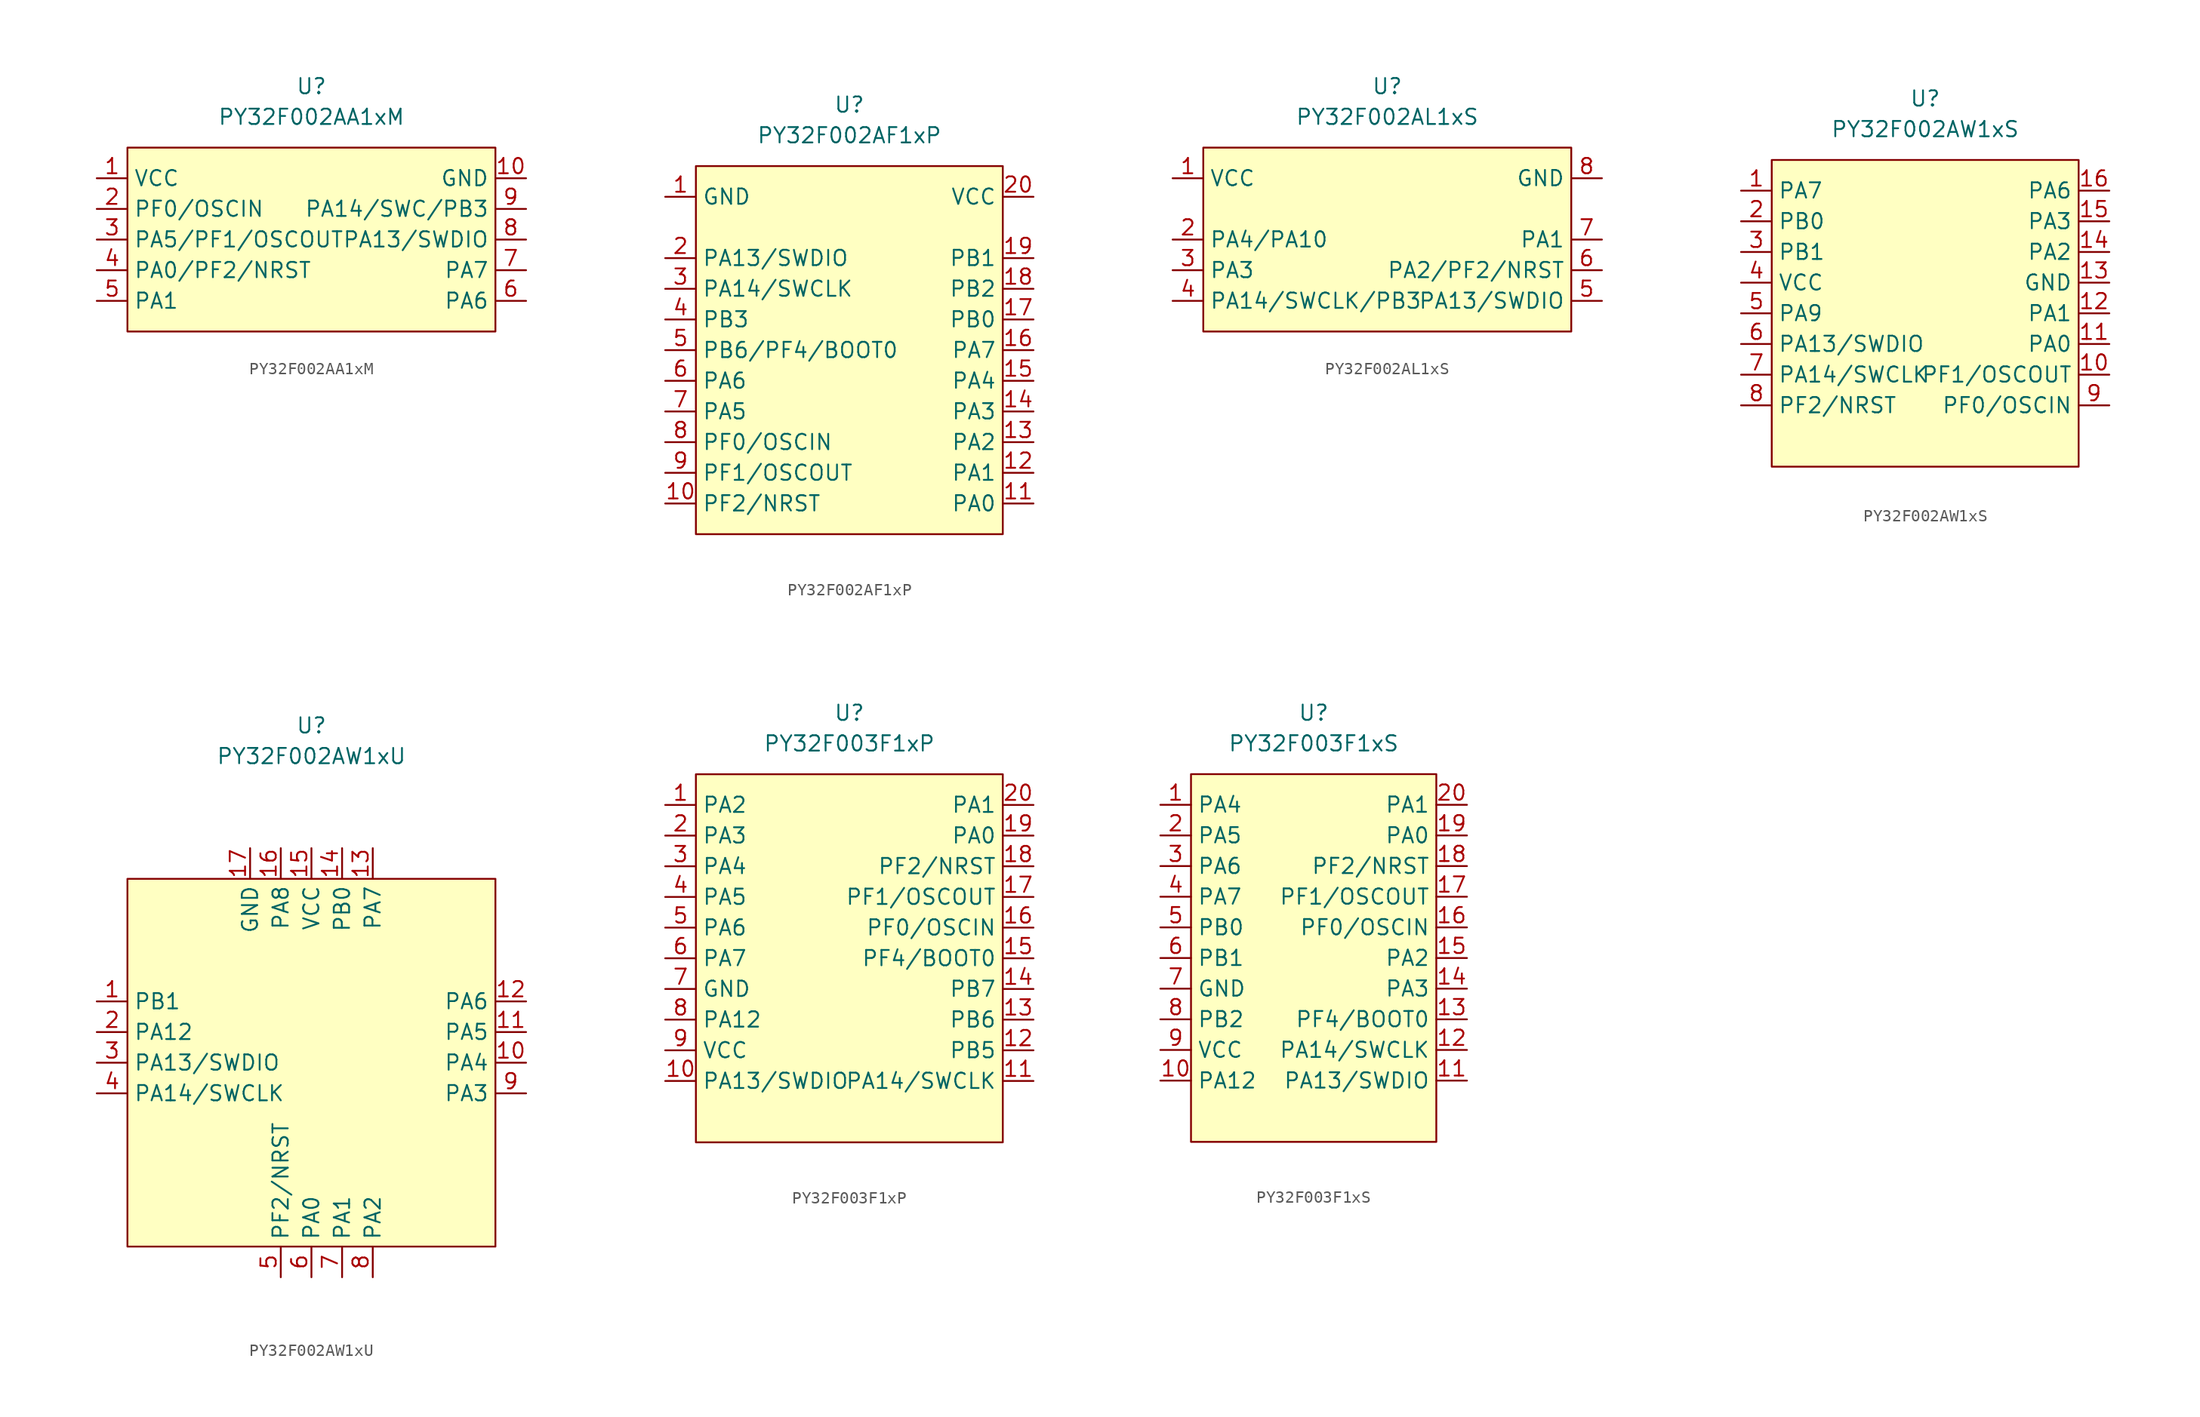
<source format=kicad_sym>
(kicad_symbol_lib
  (version 20220914)
  (generator kicad_symbol_editor)
  (symbol "PY32F002AA1xM"
    (property "Reference" "U"
      (at 0 12.7 0)
      (effects (font (size 1.27 1.27))))
    (property "Value" "PY32F002AA1xM"
      (at 0 10.16 0)
      (effects (font (size 1.27 1.27))))
    (symbol "PY32F002AA1xM_0_1"
      (rectangle (start -15.24 7.62) (end 15.24 -7.62) (stroke (width 0) (type default)) (fill (type background))))
    (symbol "PY32F002AA1xM_1_1"
      (pin power_in line (at -17.78 5.08 0) (length 2.54) (name "VCC" (effects (font (size 1.27 1.27)))) (number "1" (effects (font (size 1.27 1.27)))))
      (pin power_in line (at 17.78 5.08 180) (length 2.54) (name "GND" (effects (font (size 1.27 1.27)))) (number "10" (effects (font (size 1.27 1.27)))))
      (pin bidirectional line (at -17.78 2.54 0) (length 2.54) (name "PF0/OSCIN" (effects (font (size 1.27 1.27)))) (number "2" (effects (font (size 1.27 1.27)))))
      (pin bidirectional line (at -17.78 0 0) (length 2.54) (name "PA5/PF1/OSCOUT" (effects (font (size 1.27 1.27)))) (number "3" (effects (font (size 1.27 1.27)))))
      (pin bidirectional line (at -17.78 -2.54 0) (length 2.54) (name "PA0/PF2/NRST" (effects (font (size 1.27 1.27)))) (number "4" (effects (font (size 1.27 1.27)))))
      (pin bidirectional line (at -17.78 -5.08 0) (length 2.54) (name "PA1" (effects (font (size 1.27 1.27)))) (number "5" (effects (font (size 1.27 1.27)))))
      (pin bidirectional line (at 17.78 -5.08 180) (length 2.54) (name "PA6" (effects (font (size 1.27 1.27)))) (number "6" (effects (font (size 1.27 1.27)))))
      (pin bidirectional line (at 17.78 -2.54 180) (length 2.54) (name "PA7" (effects (font (size 1.27 1.27)))) (number "7" (effects (font (size 1.27 1.27)))))
      (pin bidirectional line (at 17.78 0 180) (length 2.54) (name "PA13/SWDIO" (effects (font (size 1.27 1.27)))) (number "8" (effects (font (size 1.27 1.27)))))
      (pin bidirectional line (at 17.78 2.54 180) (length 2.54) (name "PA14/SWC/PB3" (effects (font (size 1.27 1.27)))) (number "9" (effects (font (size 1.27 1.27)))))))
  (symbol "PY32F002AF1xP"
    (property "Reference" "U"
      (at 0 20.32 0)
      (effects (font (size 1.27 1.27))))
    (property "Value" "PY32F002AF1xP"
      (at 0 17.78 0)
      (effects (font (size 1.27 1.27))))
    (symbol "PY32F002AF1xP_0_1"
      (rectangle (start -12.7 15.24) (end 12.7 -15.24) (stroke (width 0) (type default)) (fill (type background))))
    (symbol "PY32F002AF1xP_1_1"
      (pin power_in line (at -15.24 12.7 0) (length 2.54) (name "GND" (effects (font (size 1.27 1.27)))) (number "1" (effects (font (size 1.27 1.27)))))
      (pin bidirectional line (at -15.24 -12.7 0) (length 2.54) (name "PF2/NRST" (effects (font (size 1.27 1.27)))) (number "10" (effects (font (size 1.27 1.27)))))
      (pin bidirectional line (at 15.24 -12.7 180) (length 2.54) (name "PA0" (effects (font (size 1.27 1.27)))) (number "11" (effects (font (size 1.27 1.27)))))
      (pin bidirectional line (at 15.24 -10.16 180) (length 2.54) (name "PA1" (effects (font (size 1.27 1.27)))) (number "12" (effects (font (size 1.27 1.27)))))
      (pin bidirectional line (at 15.24 -7.62 180) (length 2.54) (name "PA2" (effects (font (size 1.27 1.27)))) (number "13" (effects (font (size 1.27 1.27)))))
      (pin bidirectional line (at 15.24 -5.08 180) (length 2.54) (name "PA3" (effects (font (size 1.27 1.27)))) (number "14" (effects (font (size 1.27 1.27)))))
      (pin bidirectional line (at 15.24 -2.54 180) (length 2.54) (name "PA4" (effects (font (size 1.27 1.27)))) (number "15" (effects (font (size 1.27 1.27)))))
      (pin bidirectional line (at 15.24 0 180) (length 2.54) (name "PA7" (effects (font (size 1.27 1.27)))) (number "16" (effects (font (size 1.27 1.27)))))
      (pin bidirectional line (at 15.24 2.54 180) (length 2.54) (name "PB0" (effects (font (size 1.27 1.27)))) (number "17" (effects (font (size 1.27 1.27)))))
      (pin bidirectional line (at 15.24 5.08 180) (length 2.54) (name "PB2" (effects (font (size 1.27 1.27)))) (number "18" (effects (font (size 1.27 1.27)))))
      (pin bidirectional line (at 15.24 7.62 180) (length 2.54) (name "PB1" (effects (font (size 1.27 1.27)))) (number "19" (effects (font (size 1.27 1.27)))))
      (pin bidirectional line (at -15.24 7.62 0) (length 2.54) (name "PA13/SWDIO" (effects (font (size 1.27 1.27)))) (number "2" (effects (font (size 1.27 1.27)))))
      (pin power_in line (at 15.24 12.7 180) (length 2.54) (name "VCC" (effects (font (size 1.27 1.27)))) (number "20" (effects (font (size 1.27 1.27)))))
      (pin bidirectional line (at -15.24 5.08 0) (length 2.54) (name "PA14/SWCLK" (effects (font (size 1.27 1.27)))) (number "3" (effects (font (size 1.27 1.27)))))
      (pin bidirectional line (at -15.24 2.54 0) (length 2.54) (name "PB3" (effects (font (size 1.27 1.27)))) (number "4" (effects (font (size 1.27 1.27)))))
      (pin bidirectional line (at -15.24 0 0) (length 2.54) (name "PB6/PF4/BOOT0" (effects (font (size 1.27 1.27)))) (number "5" (effects (font (size 1.27 1.27)))))
      (pin bidirectional line (at -15.24 -2.54 0) (length 2.54) (name "PA6" (effects (font (size 1.27 1.27)))) (number "6" (effects (font (size 1.27 1.27)))))
      (pin bidirectional line (at -15.24 -5.08 0) (length 2.54) (name "PA5" (effects (font (size 1.27 1.27)))) (number "7" (effects (font (size 1.27 1.27)))))
      (pin bidirectional line (at -15.24 -7.62 0) (length 2.54) (name "PF0/OSCIN" (effects (font (size 1.27 1.27)))) (number "8" (effects (font (size 1.27 1.27)))))
      (pin bidirectional line (at -15.24 -10.16 0) (length 2.54) (name "PF1/OSCOUT" (effects (font (size 1.27 1.27)))) (number "9" (effects (font (size 1.27 1.27)))))))
  (symbol "PY32F002AL1xS"
    (property "Reference" "U"
      (at 0 12.7 0)
      (effects (font (size 1.27 1.27))))
    (property "Value" "PY32F002AL1xS"
      (at 0 10.16 0)
      (effects (font (size 1.27 1.27))))
    (symbol "PY32F002AL1xS_0_1"
      (rectangle (start -15.24 7.62) (end 15.24 -7.62) (stroke (width 0) (type default)) (fill (type background))))
    (symbol "PY32F002AL1xS_1_1"
      (pin power_in line (at -17.78 5.08 0) (length 2.54) (name "VCC" (effects (font (size 1.27 1.27)))) (number "1" (effects (font (size 1.27 1.27)))))
      (pin bidirectional line (at -17.78 0 0) (length 2.54) (name "PA4/PA10" (effects (font (size 1.27 1.27)))) (number "2" (effects (font (size 1.27 1.27)))))
      (pin bidirectional line (at -17.78 -2.54 0) (length 2.54) (name "PA3" (effects (font (size 1.27 1.27)))) (number "3" (effects (font (size 1.27 1.27)))))
      (pin bidirectional line (at -17.78 -5.08 0) (length 2.54) (name "PA14/SWCLK/PB3" (effects (font (size 1.27 1.27)))) (number "4" (effects (font (size 1.27 1.27)))))
      (pin bidirectional line (at 17.78 -5.08 180) (length 2.54) (name "PA13/SWDIO" (effects (font (size 1.27 1.27)))) (number "5" (effects (font (size 1.27 1.27)))))
      (pin bidirectional line (at 17.78 -2.54 180) (length 2.54) (name "PA2/PF2/NRST" (effects (font (size 1.27 1.27)))) (number "6" (effects (font (size 1.27 1.27)))))
      (pin bidirectional line (at 17.78 0 180) (length 2.54) (name "PA1" (effects (font (size 1.27 1.27)))) (number "7" (effects (font (size 1.27 1.27)))))
      (pin power_in line (at 17.78 5.08 180) (length 2.54) (name "GND" (effects (font (size 1.27 1.27)))) (number "8" (effects (font (size 1.27 1.27)))))))
  (symbol "PY32F002AW1xS"
    (property "Reference" "U"
      (at 0 17.78 0)
      (effects (font (size 1.27 1.27))))
    (property "Value" "PY32F002AW1xS"
      (at 0 15.24 0)
      (effects (font (size 1.27 1.27))))
    (symbol "PY32F002AW1xS_0_1"
      (rectangle (start -12.7 12.7) (end 12.7 -12.7) (stroke (width 0) (type default)) (fill (type background))))
    (symbol "PY32F002AW1xS_1_1"
      (pin bidirectional line (at -15.24 10.16 0) (length 2.54) (name "PA7" (effects (font (size 1.27 1.27)))) (number "1" (effects (font (size 1.27 1.27)))))
      (pin bidirectional line (at 15.24 -5.08 180) (length 2.54) (name "PF1/OSCOUT" (effects (font (size 1.27 1.27)))) (number "10" (effects (font (size 1.27 1.27)))))
      (pin bidirectional line (at 15.24 -2.54 180) (length 2.54) (name "PA0" (effects (font (size 1.27 1.27)))) (number "11" (effects (font (size 1.27 1.27)))))
      (pin bidirectional line (at 15.24 0 180) (length 2.54) (name "PA1" (effects (font (size 1.27 1.27)))) (number "12" (effects (font (size 1.27 1.27)))))
      (pin power_in line (at 15.24 2.54 180) (length 2.54) (name "GND" (effects (font (size 1.27 1.27)))) (number "13" (effects (font (size 1.27 1.27)))))
      (pin bidirectional line (at 15.24 5.08 180) (length 2.54) (name "PA2" (effects (font (size 1.27 1.27)))) (number "14" (effects (font (size 1.27 1.27)))))
      (pin bidirectional line (at 15.24 7.62 180) (length 2.54) (name "PA3" (effects (font (size 1.27 1.27)))) (number "15" (effects (font (size 1.27 1.27)))))
      (pin bidirectional line (at 15.24 10.16 180) (length 2.54) (name "PA6" (effects (font (size 1.27 1.27)))) (number "16" (effects (font (size 1.27 1.27)))))
      (pin bidirectional line (at -15.24 7.62 0) (length 2.54) (name "PB0" (effects (font (size 1.27 1.27)))) (number "2" (effects (font (size 1.27 1.27)))))
      (pin bidirectional line (at -15.24 5.08 0) (length 2.54) (name "PB1" (effects (font (size 1.27 1.27)))) (number "3" (effects (font (size 1.27 1.27)))))
      (pin power_in line (at -15.24 2.54 0) (length 2.54) (name "VCC" (effects (font (size 1.27 1.27)))) (number "4" (effects (font (size 1.27 1.27)))))
      (pin bidirectional line (at -15.24 0 0) (length 2.54) (name "PA9" (effects (font (size 1.27 1.27)))) (number "5" (effects (font (size 1.27 1.27)))))
      (pin bidirectional line (at -15.24 -2.54 0) (length 2.54) (name "PA13/SWDIO" (effects (font (size 1.27 1.27)))) (number "6" (effects (font (size 1.27 1.27)))))
      (pin bidirectional line (at -15.24 -5.08 0) (length 2.54) (name "PA14/SWCLK" (effects (font (size 1.27 1.27)))) (number "7" (effects (font (size 1.27 1.27)))))
      (pin bidirectional line (at -15.24 -7.62 0) (length 2.54) (name "PF2/NRST" (effects (font (size 1.27 1.27)))) (number "8" (effects (font (size 1.27 1.27)))))
      (pin bidirectional line (at 15.24 -7.62 180) (length 2.54) (name "PF0/OSCIN" (effects (font (size 1.27 1.27)))) (number "9" (effects (font (size 1.27 1.27)))))))
  (symbol "PY32F002AW1xU"
    (property "Reference" "U"
      (at 0 27.94 0)
      (effects (font (size 1.27 1.27))))
    (property "Value" "PY32F002AW1xU"
      (at 0 25.4 0)
      (effects (font (size 1.27 1.27))))
    (symbol "PY32F002AW1xU_0_1"
      (rectangle (start -15.24 15.24) (end 15.24 -15.24) (stroke (width 0) (type default)) (fill (type background))))
    (symbol "PY32F002AW1xU_1_1"
      (pin bidirectional line (at -17.78 5.08 0) (length 2.54) (name "PB1" (effects (font (size 1.27 1.27)))) (number "1" (effects (font (size 1.27 1.27)))))
      (pin bidirectional line (at 17.78 0 180) (length 2.54) (name "PA4" (effects (font (size 1.27 1.27)))) (number "10" (effects (font (size 1.27 1.27)))))
      (pin bidirectional line (at 17.78 2.54 180) (length 2.54) (name "PA5" (effects (font (size 1.27 1.27)))) (number "11" (effects (font (size 1.27 1.27)))))
      (pin bidirectional line (at 17.78 5.08 180) (length 2.54) (name "PA6" (effects (font (size 1.27 1.27)))) (number "12" (effects (font (size 1.27 1.27)))))
      (pin bidirectional line (at 5.08 17.78 270) (length 2.54) (name "PA7" (effects (font (size 1.27 1.27)))) (number "13" (effects (font (size 1.27 1.27)))))
      (pin bidirectional line (at 2.54 17.78 270) (length 2.54) (name "PB0" (effects (font (size 1.27 1.27)))) (number "14" (effects (font (size 1.27 1.27)))))
      (pin power_in line (at 0 17.78 270) (length 2.54) (name "VCC" (effects (font (size 1.27 1.27)))) (number "15" (effects (font (size 1.27 1.27)))))
      (pin bidirectional line (at -2.54 17.78 270) (length 2.54) (name "PA8" (effects (font (size 1.27 1.27)))) (number "16" (effects (font (size 1.27 1.27)))))
      (pin bidirectional line (at -5.08 17.78 270) (length 2.54) (name "GND" (effects (font (size 1.27 1.27)))) (number "17" (effects (font (size 1.27 1.27)))))
      (pin bidirectional line (at -17.78 2.54 0) (length 2.54) (name "PA12" (effects (font (size 1.27 1.27)))) (number "2" (effects (font (size 1.27 1.27)))))
      (pin bidirectional line (at -17.78 0 0) (length 2.54) (name "PA13/SWDIO" (effects (font (size 1.27 1.27)))) (number "3" (effects (font (size 1.27 1.27)))))
      (pin bidirectional line (at -17.78 -2.54 0) (length 2.54) (name "PA14/SWCLK" (effects (font (size 1.27 1.27)))) (number "4" (effects (font (size 1.27 1.27)))))
      (pin bidirectional line (at -2.54 -17.78 90) (length 2.54) (name "PF2/NRST" (effects (font (size 1.27 1.27)))) (number "5" (effects (font (size 1.27 1.27)))))
      (pin bidirectional line (at 0 -17.78 90) (length 2.54) (name "PA0" (effects (font (size 1.27 1.27)))) (number "6" (effects (font (size 1.27 1.27)))))
      (pin bidirectional line (at 2.54 -17.78 90) (length 2.54) (name "PA1" (effects (font (size 1.27 1.27)))) (number "7" (effects (font (size 1.27 1.27)))))
      (pin bidirectional line (at 5.08 -17.78 90) (length 2.54) (name "PA2" (effects (font (size 1.27 1.27)))) (number "8" (effects (font (size 1.27 1.27)))))
      (pin bidirectional line (at 17.78 -2.54 180) (length 2.54) (name "PA3" (effects (font (size 1.27 1.27)))) (number "9" (effects (font (size 1.27 1.27)))))))
  (symbol "PY32F003F1xP"
    (property "Reference" "U"
      (at 0 20.32 0)
      (effects (font (size 1.27 1.27))))
    (property "Value" "PY32F003F1xP"
      (at 0 17.78 0)
      (effects (font (size 1.27 1.27))))
    (symbol "PY32F003F1xP_0_1"
      (rectangle (start -12.7 15.24) (end 12.7 -15.24) (stroke (width 0) (type default)) (fill (type background))))
    (symbol "PY32F003F1xP_1_1"
      (pin bidirectional line (at -15.24 12.7 0) (length 2.54) (name "PA2" (effects (font (size 1.27 1.27)))) (number "1" (effects (font (size 1.27 1.27)))))
      (pin bidirectional line (at -15.24 -10.16 0) (length 2.54) (name "PA13/SWDIO" (effects (font (size 1.27 1.27)))) (number "10" (effects (font (size 1.27 1.27)))))
      (pin bidirectional line (at 15.24 -10.16 180) (length 2.54) (name "PA14/SWCLK" (effects (font (size 1.27 1.27)))) (number "11" (effects (font (size 1.27 1.27)))))
      (pin bidirectional line (at 15.24 -7.62 180) (length 2.54) (name "PB5" (effects (font (size 1.27 1.27)))) (number "12" (effects (font (size 1.27 1.27)))))
      (pin bidirectional line (at 15.24 -5.08 180) (length 2.54) (name "PB6" (effects (font (size 1.27 1.27)))) (number "13" (effects (font (size 1.27 1.27)))))
      (pin bidirectional line (at 15.24 -2.54 180) (length 2.54) (name "PB7" (effects (font (size 1.27 1.27)))) (number "14" (effects (font (size 1.27 1.27)))))
      (pin bidirectional line (at 15.24 0 180) (length 2.54) (name "PF4/BOOT0" (effects (font (size 1.27 1.27)))) (number "15" (effects (font (size 1.27 1.27)))))
      (pin bidirectional line (at 15.24 2.54 180) (length 2.54) (name "PF0/OSCIN" (effects (font (size 1.27 1.27)))) (number "16" (effects (font (size 1.27 1.27)))))
      (pin bidirectional line (at 15.24 5.08 180) (length 2.54) (name "PF1/OSCOUT" (effects (font (size 1.27 1.27)))) (number "17" (effects (font (size 1.27 1.27)))))
      (pin bidirectional line (at 15.24 7.62 180) (length 2.54) (name "PF2/NRST" (effects (font (size 1.27 1.27)))) (number "18" (effects (font (size 1.27 1.27)))))
      (pin bidirectional line (at 15.24 10.16 180) (length 2.54) (name "PA0" (effects (font (size 1.27 1.27)))) (number "19" (effects (font (size 1.27 1.27)))))
      (pin bidirectional line (at -15.24 10.16 0) (length 2.54) (name "PA3" (effects (font (size 1.27 1.27)))) (number "2" (effects (font (size 1.27 1.27)))))
      (pin bidirectional line (at 15.24 12.7 180) (length 2.54) (name "PA1" (effects (font (size 1.27 1.27)))) (number "20" (effects (font (size 1.27 1.27)))))
      (pin bidirectional line (at -15.24 7.62 0) (length 2.54) (name "PA4" (effects (font (size 1.27 1.27)))) (number "3" (effects (font (size 1.27 1.27)))))
      (pin bidirectional line (at -15.24 5.08 0) (length 2.54) (name "PA5" (effects (font (size 1.27 1.27)))) (number "4" (effects (font (size 1.27 1.27)))))
      (pin bidirectional line (at -15.24 2.54 0) (length 2.54) (name "PA6" (effects (font (size 1.27 1.27)))) (number "5" (effects (font (size 1.27 1.27)))))
      (pin bidirectional line (at -15.24 0 0) (length 2.54) (name "PA7" (effects (font (size 1.27 1.27)))) (number "6" (effects (font (size 1.27 1.27)))))
      (pin power_in line (at -15.24 -2.54 0) (length 2.54) (name "GND" (effects (font (size 1.27 1.27)))) (number "7" (effects (font (size 1.27 1.27)))))
      (pin bidirectional line (at -15.24 -5.08 0) (length 2.54) (name "PA12" (effects (font (size 1.27 1.27)))) (number "8" (effects (font (size 1.27 1.27)))))
      (pin power_in line (at -15.24 -7.62 0) (length 2.54) (name "VCC" (effects (font (size 1.27 1.27)))) (number "9" (effects (font (size 1.27 1.27)))))))
  (symbol "PY32F003F1xS"
    (property "Reference" "U"
      (at 0 20.32 0)
      (effects (font (size 1.27 1.27))))
    (property "Value" "PY32F003F1xS"
      (at 0 17.78 0)
      (effects (font (size 1.27 1.27))))
    (symbol "PY32F003F1xS_0_1"
      (rectangle (start -10.16 15.24) (end 10.16 -15.24) (stroke (width 0) (type default)) (fill (type background))))
    (symbol "PY32F003F1xS_1_1"
      (pin bidirectional line (at -12.7 12.7 0) (length 2.54) (name "PA4" (effects (font (size 1.27 1.27)))) (number "1" (effects (font (size 1.27 1.27)))))
      (pin bidirectional line (at -12.7 -10.16 0) (length 2.54) (name "PA12" (effects (font (size 1.27 1.27)))) (number "10" (effects (font (size 1.27 1.27)))))
      (pin bidirectional line (at 12.7 -10.16 180) (length 2.54) (name "PA13/SWDIO" (effects (font (size 1.27 1.27)))) (number "11" (effects (font (size 1.27 1.27)))))
      (pin bidirectional line (at 12.7 -7.62 180) (length 2.54) (name "PA14/SWCLK" (effects (font (size 1.27 1.27)))) (number "12" (effects (font (size 1.27 1.27)))))
      (pin bidirectional line (at 12.7 -5.08 180) (length 2.54) (name "PF4/BOOT0" (effects (font (size 1.27 1.27)))) (number "13" (effects (font (size 1.27 1.27)))))
      (pin bidirectional line (at 12.7 -2.54 180) (length 2.54) (name "PA3" (effects (font (size 1.27 1.27)))) (number "14" (effects (font (size 1.27 1.27)))))
      (pin bidirectional line (at 12.7 0 180) (length 2.54) (name "PA2" (effects (font (size 1.27 1.27)))) (number "15" (effects (font (size 1.27 1.27)))))
      (pin bidirectional line (at 12.7 2.54 180) (length 2.54) (name "PF0/OSCIN" (effects (font (size 1.27 1.27)))) (number "16" (effects (font (size 1.27 1.27)))))
      (pin bidirectional line (at 12.7 5.08 180) (length 2.54) (name "PF1/OSCOUT" (effects (font (size 1.27 1.27)))) (number "17" (effects (font (size 1.27 1.27)))))
      (pin bidirectional line (at 12.7 7.62 180) (length 2.54) (name "PF2/NRST" (effects (font (size 1.27 1.27)))) (number "18" (effects (font (size 1.27 1.27)))))
      (pin bidirectional line (at 12.7 10.16 180) (length 2.54) (name "PA0" (effects (font (size 1.27 1.27)))) (number "19" (effects (font (size 1.27 1.27)))))
      (pin bidirectional line (at -12.7 10.16 0) (length 2.54) (name "PA5" (effects (font (size 1.27 1.27)))) (number "2" (effects (font (size 1.27 1.27)))))
      (pin bidirectional line (at 12.7 12.7 180) (length 2.54) (name "PA1" (effects (font (size 1.27 1.27)))) (number "20" (effects (font (size 1.27 1.27)))))
      (pin bidirectional line (at -12.7 7.62 0) (length 2.54) (name "PA6" (effects (font (size 1.27 1.27)))) (number "3" (effects (font (size 1.27 1.27)))))
      (pin bidirectional line (at -12.7 5.08 0) (length 2.54) (name "PA7" (effects (font (size 1.27 1.27)))) (number "4" (effects (font (size 1.27 1.27)))))
      (pin bidirectional line (at -12.7 2.54 0) (length 2.54) (name "PB0" (effects (font (size 1.27 1.27)))) (number "5" (effects (font (size 1.27 1.27)))))
      (pin bidirectional line (at -12.7 0 0) (length 2.54) (name "PB1" (effects (font (size 1.27 1.27)))) (number "6" (effects (font (size 1.27 1.27)))))
      (pin power_in line (at -12.7 -2.54 0) (length 2.54) (name "GND" (effects (font (size 1.27 1.27)))) (number "7" (effects (font (size 1.27 1.27)))))
      (pin bidirectional line (at -12.7 -5.08 0) (length 2.54) (name "PB2" (effects (font (size 1.27 1.27)))) (number "8" (effects (font (size 1.27 1.27)))))
      (pin power_in line (at -12.7 -7.62 0) (length 2.54) (name "VCC" (effects (font (size 1.27 1.27)))) (number "9" (effects (font (size 1.27 1.27))))))))
</source>
